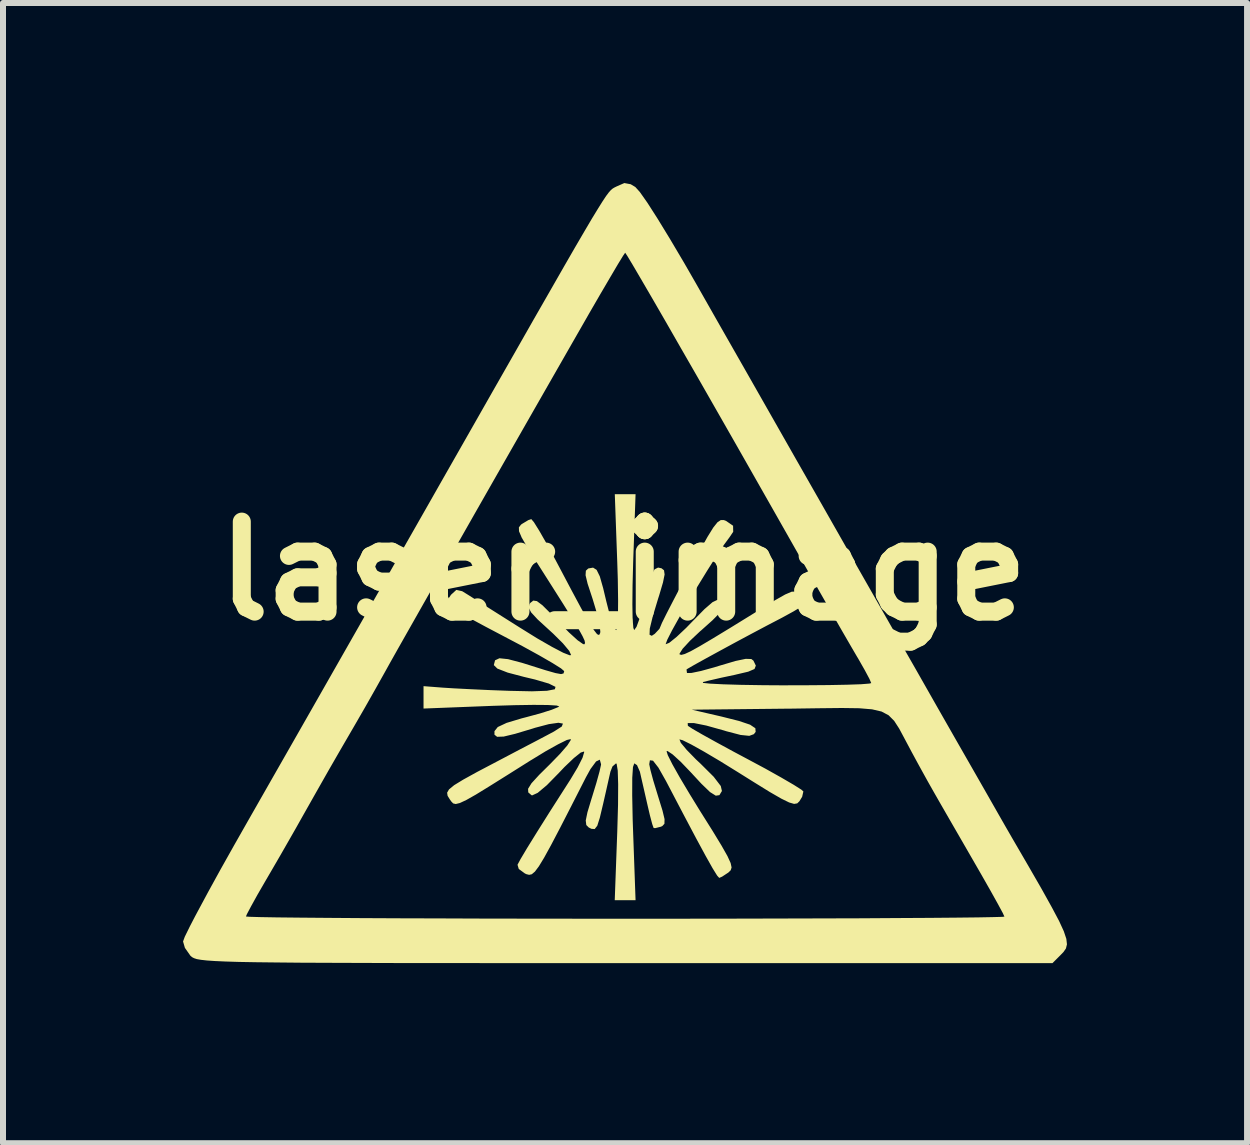
<source format=kicad_pcb>
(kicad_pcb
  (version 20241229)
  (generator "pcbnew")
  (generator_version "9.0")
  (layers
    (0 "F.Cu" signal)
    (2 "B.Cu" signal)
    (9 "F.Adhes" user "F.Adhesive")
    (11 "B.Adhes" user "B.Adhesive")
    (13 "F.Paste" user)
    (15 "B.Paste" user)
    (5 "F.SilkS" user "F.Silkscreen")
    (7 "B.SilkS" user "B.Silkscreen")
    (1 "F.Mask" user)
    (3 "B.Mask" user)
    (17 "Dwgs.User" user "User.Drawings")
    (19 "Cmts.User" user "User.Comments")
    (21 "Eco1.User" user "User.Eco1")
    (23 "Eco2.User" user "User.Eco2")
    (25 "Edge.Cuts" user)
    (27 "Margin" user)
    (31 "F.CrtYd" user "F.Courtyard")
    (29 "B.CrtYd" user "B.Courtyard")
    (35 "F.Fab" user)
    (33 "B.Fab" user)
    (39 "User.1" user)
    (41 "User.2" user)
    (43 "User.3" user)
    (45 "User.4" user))
  (footprint "laser_image"
    (layer "F.Cu")
    (at 7.336 6.463)
    (property "Reference" "laser_image" (at 0 0 0) (layer "F.SilkS") (effects (font (size 1.5 1.5) (thickness 0.3))))
    (attr board_only exclude_from_pos_files exclude_from_bom)
    (fp_poly (pts (xy 0.123 -6.443) (xy 0.2 -6.397) (xy 0.275 -6.314) (xy 0.401 -6.135) (xy 0.57 -5.871) (xy 0.776 -5.534) (xy 1.011 -5.137) (xy 1.206 -4.798) (xy 1.61 -4.087) (xy 2.027 -3.356) (xy 2.451 -2.611) (xy 2.877 -1.862) (xy 3.302 -1.117) (xy 3.719 -0.384) (xy 4.125 0.328) (xy 4.514 1.011) (xy 4.883 1.656) (xy 5.224 2.256) (xy 5.535 2.801) (xy 5.811 3.283) (xy 6.046 3.694) (xy 6.235 4.026) (xy 6.374 4.269) (xy 6.459 4.416) (xy 6.472 4.439) (xy 6.75 4.917) (xy 6.971 5.301) (xy 7.139 5.603) (xy 7.261 5.833) (xy 7.34 6.005) (xy 7.382 6.131) (xy 7.392 6.222) (xy 7.375 6.291) (xy 7.335 6.349) (xy 7.281 6.405) (xy 7.151 6.535) (xy 0.031 6.535) (xy -1.056 6.535) (xy -2.027 6.535) (xy -2.888 6.534) (xy -3.646 6.534) (xy -4.307 6.532) (xy -4.879 6.53) (xy -5.368 6.528) (xy -5.781 6.524) (xy -6.124 6.52) (xy -6.405 6.515) (xy -6.63 6.508) (xy -6.806 6.5) (xy -6.939 6.491) (xy -7.037 6.48) (xy -7.106 6.468) (xy -7.152 6.453) (xy -7.183 6.437) (xy -7.205 6.419) (xy -7.213 6.412) (xy -7.305 6.281) (xy -7.336 6.174) (xy -7.307 6.095) (xy -7.222 5.922) (xy -7.137 5.758) (xy -6.288 5.758) (xy -6.228 5.763) (xy -6.053 5.768) (xy -5.77 5.773) (xy -5.389 5.777) (xy -4.917 5.781) (xy -4.362 5.785) (xy -3.734 5.788) (xy -3.038 5.79) (xy -2.285 5.793) (xy -1.482 5.794) (xy -0.637 5.795) (xy 0.031 5.795) (xy 0.902 5.795) (xy 1.738 5.794) (xy 2.53 5.792) (xy 3.27 5.79) (xy 3.95 5.788) (xy 4.562 5.784) (xy 5.098 5.781) (xy 5.549 5.777) (xy 5.908 5.773) (xy 6.166 5.768) (xy 6.315 5.764) (xy 6.35 5.76) (xy 6.321 5.697) (xy 6.24 5.547) (xy 6.118 5.328) (xy 5.965 5.059) (xy 5.863 4.882) (xy 5.622 4.464) (xy 5.432 4.135) (xy 5.284 3.878) (xy 5.168 3.675) (xy 5.073 3.507) (xy 4.99 3.357) (xy 4.908 3.208) (xy 4.818 3.042) (xy 4.806 3.02) (xy 4.689 2.8) (xy 4.597 2.628) (xy 4.513 2.498) (xy 4.42 2.405) (xy 4.303 2.343) (xy 4.144 2.306) (xy 3.929 2.288) (xy 3.64 2.284) (xy 3.261 2.288) (xy 2.776 2.295) (xy 2.742 2.295) (xy 1.141 2.312) (xy 1.634 2.426) (xy 1.928 2.5) (xy 2.112 2.562) (xy 2.2 2.621) (xy 2.205 2.682) (xy 2.175 2.72) (xy 2.099 2.748) (xy 1.954 2.733) (xy 1.72 2.672) (xy 1.675 2.658) (xy 1.381 2.576) (xy 1.177 2.535) (xy 1.073 2.535) (xy 1.075 2.578) (xy 1.082 2.585) (xy 1.154 2.632) (xy 1.315 2.725) (xy 1.548 2.854) (xy 1.831 3.008) (xy 2.062 3.131) (xy 2.368 3.295) (xy 2.632 3.443) (xy 2.838 3.563) (xy 2.966 3.644) (xy 3 3.674) (xy 2.98 3.763) (xy 2.934 3.838) (xy 2.898 3.873) (xy 2.846 3.882) (xy 2.763 3.858) (xy 2.634 3.795) (xy 2.443 3.685) (xy 2.176 3.52) (xy 1.914 3.356) (xy 1.612 3.169) (xy 1.345 3.011) (xy 1.132 2.892) (xy 0.989 2.821) (xy 0.935 2.807) (xy 0.958 2.864) (xy 1.056 2.982) (xy 1.209 3.139) (xy 1.286 3.211) (xy 1.506 3.43) (xy 1.624 3.584) (xy 1.643 3.667) (xy 1.601 3.736) (xy 1.541 3.745) (xy 1.445 3.685) (xy 1.301 3.546) (xy 1.123 3.354) (xy 0.957 3.181) (xy 0.821 3.057) (xy 0.737 3.001) (xy 0.72 3.003) (xy 0.741 3.07) (xy 0.818 3.223) (xy 0.943 3.445) (xy 1.105 3.717) (xy 1.277 3.997) (xy 1.487 4.331) (xy 1.637 4.578) (xy 1.735 4.751) (xy 1.788 4.867) (xy 1.804 4.941) (xy 1.789 4.988) (xy 1.751 5.025) (xy 1.646 5.094) (xy 1.598 5.115) (xy 1.563 5.076) (xy 1.488 4.955) (xy 1.371 4.747) (xy 1.207 4.444) (xy 0.995 4.043) (xy 0.73 3.537) (xy 0.71 3.499) (xy 0.585 3.278) (xy 0.495 3.162) (xy 0.443 3.155) (xy 0.432 3.221) (xy 0.451 3.314) (xy 0.498 3.489) (xy 0.566 3.712) (xy 0.581 3.761) (xy 0.653 3.994) (xy 0.687 4.136) (xy 0.685 4.213) (xy 0.65 4.251) (xy 0.626 4.262) (xy 0.53 4.286) (xy 0.505 4.283) (xy 0.482 4.219) (xy 0.442 4.068) (xy 0.397 3.875) (xy 0.345 3.647) (xy 0.3 3.451) (xy 0.276 3.345) (xy 0.228 3.236) (xy 0.183 3.206) (xy 0.161 3.267) (xy 0.149 3.446) (xy 0.148 3.74) (xy 0.156 4.145) (xy 0.163 4.346) (xy 0.204 5.487) (xy 0.031 5.487) (xy -0.143 5.487) (xy -0.101 4.346) (xy -0.088 3.896) (xy -0.086 3.555) (xy -0.093 3.327) (xy -0.111 3.216) (xy -0.121 3.206) (xy -0.181 3.258) (xy -0.215 3.345) (xy -0.245 3.477) (xy -0.291 3.682) (xy -0.335 3.875) (xy -0.391 4.11) (xy -0.434 4.246) (xy -0.477 4.301) (xy -0.532 4.297) (xy -0.576 4.275) (xy -0.617 4.234) (xy -0.626 4.158) (xy -0.598 4.022) (xy -0.531 3.799) (xy -0.519 3.761) (xy -0.449 3.532) (xy -0.397 3.344) (xy -0.372 3.232) (xy -0.371 3.221) (xy -0.392 3.145) (xy -0.454 3.175) (xy -0.547 3.301) (xy -0.622 3.437) (xy -0.863 3.91) (xy -1.055 4.284) (xy -1.205 4.57) (xy -1.32 4.779) (xy -1.407 4.922) (xy -1.473 5.01) (xy -1.525 5.054) (xy -1.569 5.064) (xy -1.614 5.053) (xy -1.64 5.041) (xy -1.742 4.966) (xy -1.763 4.896) (xy -1.714 4.804) (xy -1.604 4.619) (xy -1.44 4.354) (xy -1.228 4.017) (xy -0.974 3.62) (xy -0.88 3.473) (xy -0.761 3.274) (xy -0.68 3.114) (xy -0.652 3.019) (xy -0.654 3.009) (xy -0.709 3.026) (xy -0.824 3.118) (xy -0.981 3.268) (xy -1.074 3.366) (xy -1.274 3.57) (xy -1.427 3.698) (xy -1.519 3.74) (xy -1.53 3.737) (xy -1.584 3.69) (xy -1.587 3.63) (xy -1.53 3.538) (xy -1.402 3.398) (xy -1.219 3.217) (xy -1.052 3.045) (xy -0.931 2.905) (xy -0.876 2.818) (xy -0.876 2.802) (xy -0.941 2.817) (xy -1.087 2.889) (xy -1.293 3.004) (xy -1.537 3.153) (xy -1.538 3.153) (xy -1.932 3.401) (xy -2.234 3.59) (xy -2.457 3.727) (xy -2.616 3.817) (xy -2.723 3.867) (xy -2.792 3.884) (xy -2.835 3.874) (xy -2.866 3.842) (xy -2.892 3.805) (xy -2.928 3.747) (xy -2.936 3.695) (xy -2.904 3.64) (xy -2.819 3.57) (xy -2.667 3.477) (xy -2.435 3.349) (xy -2.11 3.178) (xy -2.009 3.125) (xy -1.73 2.978) (xy -1.475 2.845) (xy -1.274 2.739) (xy -1.154 2.675) (xy -1.026 2.593) (xy -1.006 2.544) (xy -1.081 2.53) (xy -1.241 2.553) (xy -1.472 2.614) (xy -1.512 2.627) (xy -1.802 2.714) (xy -1.993 2.76) (xy -2.103 2.764) (xy -2.147 2.729) (xy -2.147 2.67) (xy -2.092 2.601) (xy -1.945 2.532) (xy -1.692 2.456) (xy -1.622 2.438) (xy -1.385 2.374) (xy -1.195 2.314) (xy -1.082 2.268) (xy -1.068 2.258) (xy -1.109 2.243) (xy -1.258 2.234) (xy -1.498 2.232) (xy -1.814 2.237) (xy -2.173 2.248) (xy -3.329 2.293) (xy -3.329 2.106) (xy -3.329 1.92) (xy -3.005 1.945) (xy -2.815 1.957) (xy -2.54 1.971) (xy -2.216 1.986) (xy -1.892 1.998) (xy -1.522 2.006) (xy -1.272 1.997) (xy -1.141 1.972) (xy -1.13 1.932) (xy -1.241 1.877) (xy -1.473 1.809) (xy -1.654 1.766) (xy -1.927 1.694) (xy -2.099 1.627) (xy -2.158 1.569) (xy -2.137 1.489) (xy -2.064 1.455) (xy -1.921 1.47) (xy -1.689 1.531) (xy -1.561 1.571) (xy -1.298 1.654) (xy -1.13 1.702) (xy -1.037 1.719) (xy -0.996 1.708) (xy -0.986 1.674) (xy -0.986 1.669) (xy -1.038 1.624) (xy -1.183 1.533) (xy -1.403 1.406) (xy -1.681 1.253) (xy -1.973 1.099) (xy -2.288 0.933) (xy -2.561 0.786) (xy -2.776 0.666) (xy -2.914 0.585) (xy -2.959 0.551) (xy -2.927 0.481) (xy -2.871 0.397) (xy -2.782 0.316) (xy -2.685 0.338) (xy -2.67 0.347) (xy -2.581 0.402) (xy -2.409 0.511) (xy -2.174 0.66) (xy -1.897 0.835) (xy -1.726 0.943) (xy -1.436 1.123) (xy -1.189 1.265) (xy -1.002 1.363) (xy -0.892 1.406) (xy -0.87 1.402) (xy -0.901 1.333) (xy -1.007 1.206) (xy -1.168 1.046) (xy -1.238 0.982) (xy -1.428 0.808) (xy -1.536 0.691) (xy -1.577 0.613) (xy -1.564 0.553) (xy -1.548 0.532) (xy -1.5 0.494) (xy -1.44 0.503) (xy -1.348 0.572) (xy -1.206 0.713) (xy -1.078 0.848) (xy -0.905 1.025) (xy -0.762 1.155) (xy -0.669 1.22) (xy -0.647 1.222) (xy -0.638 1.2) (xy -0.646 1.159) (xy -0.68 1.086) (xy -0.745 0.968) (xy -0.85 0.795) (xy -1.001 0.552) (xy -1.205 0.23) (xy -1.439 -0.138) (xy -1.596 -0.388) (xy -1.693 -0.555) (xy -1.738 -0.661) (xy -1.74 -0.726) (xy -1.705 -0.771) (xy -1.689 -0.783) (xy -1.582 -0.847) (xy -1.533 -0.863) (xy -1.489 -0.811) (xy -1.401 -0.67) (xy -1.279 -0.457) (xy -1.135 -0.192) (xy -1.074 -0.077) (xy -0.861 0.326) (xy -0.698 0.63) (xy -0.577 0.845) (xy -0.492 0.983) (xy -0.437 1.054) (xy -0.404 1.068) (xy -0.387 1.037) (xy -0.383 1.017) (xy -0.394 0.901) (xy -0.439 0.708) (xy -0.508 0.478) (xy -0.519 0.444) (xy -0.595 0.213) (xy -0.629 0.072) (xy -0.624 -0.004) (xy -0.585 -0.04) (xy -0.579 -0.042) (xy -0.504 -0.055) (xy -0.445 -0.018) (xy -0.392 0.09) (xy -0.336 0.287) (xy -0.283 0.509) (xy -0.226 0.732) (xy -0.17 0.899) (xy -0.126 0.982) (xy -0.117 0.986) (xy -0.099 0.927) (xy -0.089 0.757) (xy -0.087 0.49) (xy -0.092 0.137) (xy -0.101 -0.146) (xy -0.142 -1.279) (xy 0.031 -1.279) (xy 0.204 -1.279) (xy 0.164 -0.146) (xy 0.154 0.239) (xy 0.151 0.56) (xy 0.155 0.802) (xy 0.167 0.948) (xy 0.181 0.986) (xy 0.22 0.931) (xy 0.274 0.784) (xy 0.333 0.575) (xy 0.345 0.525) (xy 0.414 0.245) (xy 0.47 0.067) (xy 0.522 -0.027) (xy 0.579 -0.056) (xy 0.636 -0.044) (xy 0.678 -0.011) (xy 0.688 0.059) (xy 0.661 0.192) (xy 0.596 0.412) (xy 0.58 0.461) (xy 0.489 0.763) (xy 0.441 0.961) (xy 0.437 1.063) (xy 0.474 1.081) (xy 0.524 1.048) (xy 0.601 0.966) (xy 0.617 0.93) (xy 0.644 0.865) (xy 0.721 0.71) (xy 0.837 0.485) (xy 0.982 0.208) (xy 1.094 -0.003) (xy 1.272 -0.333) (xy 1.403 -0.568) (xy 1.499 -0.723) (xy 1.569 -0.811) (xy 1.625 -0.848) (xy 1.676 -0.847) (xy 1.711 -0.834) (xy 1.829 -0.753) (xy 1.831 -0.652) (xy 1.769 -0.56) (xy 1.676 -0.434) (xy 1.547 -0.241) (xy 1.396 -0.002) (xy 1.234 0.262) (xy 1.074 0.529) (xy 0.929 0.78) (xy 0.811 0.992) (xy 0.733 1.145) (xy 0.706 1.218) (xy 0.707 1.221) (xy 0.765 1.198) (xy 0.886 1.101) (xy 1.048 0.948) (xy 1.153 0.84) (xy 1.352 0.637) (xy 1.486 0.521) (xy 1.569 0.481) (xy 1.609 0.501) (xy 1.646 0.57) (xy 1.647 0.632) (xy 1.598 0.709) (xy 1.486 0.822) (xy 1.295 0.993) (xy 1.279 1.006) (xy 1.109 1.166) (xy 0.988 1.297) (xy 0.937 1.378) (xy 0.938 1.391) (xy 0.967 1.399) (xy 1.024 1.384) (xy 1.123 1.338) (xy 1.274 1.254) (xy 1.49 1.126) (xy 1.783 0.948) (xy 2.166 0.712) (xy 2.274 0.645) (xy 2.527 0.489) (xy 2.698 0.392) (xy 2.806 0.346) (xy 2.872 0.344) (xy 2.917 0.377) (xy 2.937 0.401) (xy 3.003 0.505) (xy 3.021 0.551) (xy 2.97 0.594) (xy 2.835 0.675) (xy 2.645 0.779) (xy 2.605 0.8) (xy 2.39 0.912) (xy 2.136 1.047) (xy 1.865 1.192) (xy 1.6 1.336) (xy 1.364 1.465) (xy 1.18 1.567) (xy 1.071 1.63) (xy 1.053 1.642) (xy 1.06 1.697) (xy 1.064 1.701) (xy 1.135 1.7) (xy 1.294 1.667) (xy 1.512 1.607) (xy 1.61 1.577) (xy 1.871 1.5) (xy 2.039 1.465) (xy 2.133 1.468) (xy 2.168 1.495) (xy 2.208 1.578) (xy 2.186 1.634) (xy 2.081 1.679) (xy 1.876 1.727) (xy 1.865 1.73) (xy 1.634 1.779) (xy 1.422 1.828) (xy 1.325 1.852) (xy 1.33 1.866) (xy 1.445 1.878) (xy 1.659 1.889) (xy 1.958 1.898) (xy 2.331 1.904) (xy 2.636 1.906) (xy 3.05 1.905) (xy 3.421 1.902) (xy 3.73 1.896) (xy 3.962 1.888) (xy 4.1 1.877) (xy 4.131 1.869) (xy 4.101 1.799) (xy 4.023 1.653) (xy 3.913 1.46) (xy 3.89 1.422) (xy 3.792 1.254) (xy 3.645 1) (xy 3.461 0.679) (xy 3.251 0.311) (xy 3.027 -0.084) (xy 2.865 -0.37) (xy 2.528 -0.964) (xy 2.191 -1.557) (xy 1.86 -2.139) (xy 1.539 -2.701) (xy 1.235 -3.233) (xy 0.952 -3.725) (xy 0.698 -4.168) (xy 0.476 -4.552) (xy 0.293 -4.866) (xy 0.154 -5.103) (xy 0.065 -5.251) (xy 0.031 -5.302) (xy -0.004 -5.251) (xy -0.091 -5.109) (xy -0.22 -4.89) (xy -0.383 -4.612) (xy -0.57 -4.289) (xy -0.634 -4.177) (xy -0.904 -3.706) (xy -1.197 -3.194) (xy -1.507 -2.652) (xy -1.827 -2.092) (xy -2.149 -1.528) (xy -2.467 -0.97) (xy -2.773 -0.432) (xy -3.061 0.074) (xy -3.324 0.536) (xy -3.554 0.942) (xy -3.745 1.279) (xy -3.889 1.535) (xy -3.98 1.699) (xy -3.988 1.713) (xy -4.128 1.963) (xy -4.299 2.265) (xy -4.472 2.565) (xy -4.522 2.651) (xy -4.715 2.983) (xy -4.908 3.318) (xy -5.118 3.688) (xy -5.365 4.125) (xy -5.455 4.285) (xy -5.563 4.474) (xy -5.709 4.729) (xy -5.871 5.008) (xy -5.958 5.157) (xy -6.094 5.392) (xy -6.202 5.587) (xy -6.271 5.717) (xy -6.288 5.758) (xy -7.137 5.758) (xy -7.09 5.67) (xy -6.918 5.35) (xy -6.713 4.977) (xy -6.481 4.564) (xy -6.301 4.247) (xy -6.09 3.877) (xy -5.826 3.414) (xy -5.517 2.873) (xy -5.172 2.268) (xy -4.8 1.615) (xy -4.408 0.927) (xy -4.005 0.22) (xy -3.599 -0.493) (xy -3.198 -1.197) (xy -3.055 -1.449) (xy -2.581 -2.281) (xy -2.165 -3.012) (xy -1.801 -3.65) (xy -1.488 -4.2) (xy -1.219 -4.669) (xy -0.993 -5.064) (xy -0.804 -5.392) (xy -0.648 -5.659) (xy -0.523 -5.871) (xy -0.423 -6.035) (xy -0.346 -6.158) (xy -0.287 -6.247) (xy -0.242 -6.307) (xy -0.207 -6.346) (xy -0.179 -6.37) (xy -0.153 -6.386) (xy -0.125 -6.4) (xy -0.113 -6.406) (xy 0.017 -6.463)) (stroke (width 0) (type solid)) (fill yes) (layer "F.SilkS")))
  (gr_rect
    (start -3 -3)
    (end 17.729 15.998)
    (stroke (width 0.1) (type default))
    (fill no)
    (layer "Edge.Cuts")))
</source>
